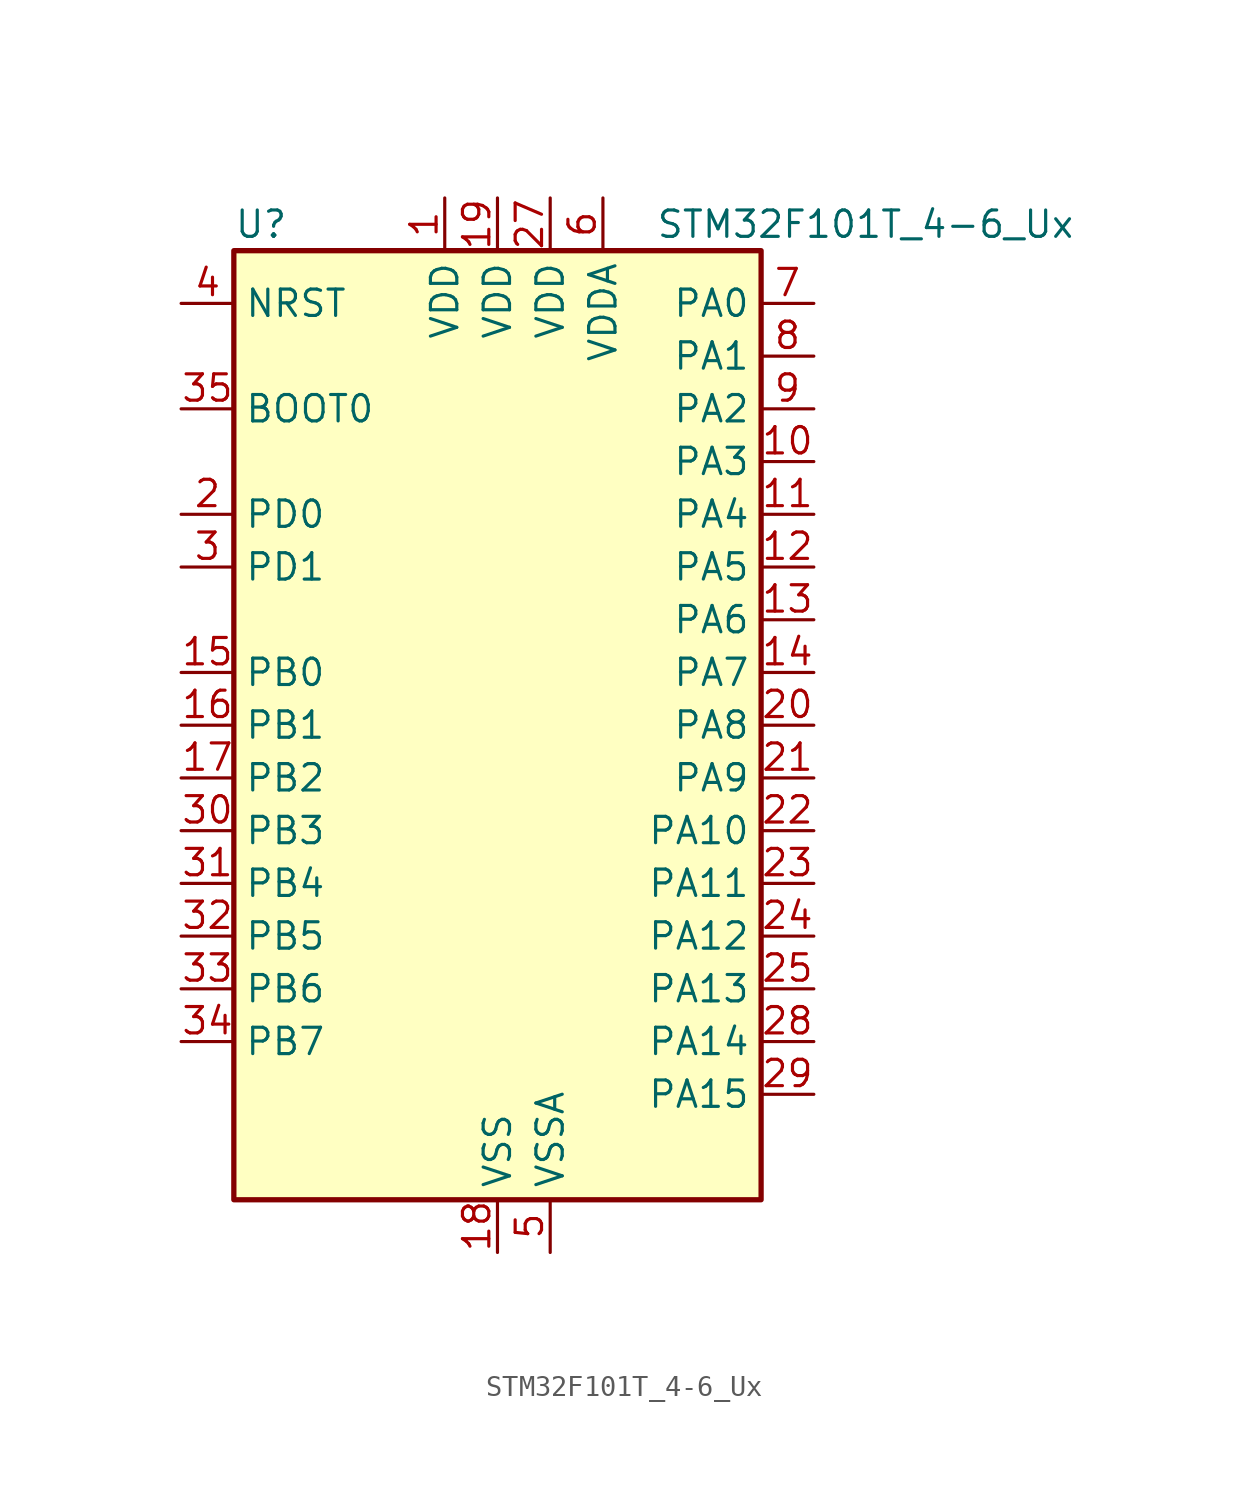
<source format=kicad_sym>
(kicad_symbol_lib
  (version 20220914)
  (generator kicad_symbol_editor)
  (symbol "STM32F101T_4-6_Ux"
    (property "Reference" "U"
      (at -12.7 24.13 0)
      (effects (font (size 1.27 1.27)) (justify left)))
    (property "Value" "STM32F101T_4-6_Ux"
      (at 7.62 24.13 0)
      (effects (font (size 1.27 1.27)) (justify left)))
    (property "ki_locked" ""
      (at 0 0 0)
      (effects (font (size 1.27 1.27))))
    (symbol "STM32F101T_4-6_Ux_0_1"
      (rectangle (start -12.7 -22.86) (end 12.7 22.86) (stroke (width 0.254) (type default)) (fill (type background))))
    (symbol "STM32F101T_4-6_Ux_1_1"
      (pin power_in line (at -2.54 25.4 270) (length 2.54) (name "VDD" (effects (font (size 1.27 1.27)))) (number "1" (effects (font (size 1.27 1.27)))))
      (pin bidirectional line (at 15.24 12.7 180) (length 2.54) (name "PA3" (effects (font (size 1.27 1.27)))) (number "10" (effects (font (size 1.27 1.27)))) (alternate "ADC1_IN3" bidirectional line) (alternate "TIM2_CH4" bidirectional line) (alternate "USART2_RX" bidirectional line))
      (pin bidirectional line (at 15.24 10.16 180) (length 2.54) (name "PA4" (effects (font (size 1.27 1.27)))) (number "11" (effects (font (size 1.27 1.27)))) (alternate "ADC1_IN4" bidirectional line) (alternate "SPI1_NSS" bidirectional line) (alternate "USART2_CK" bidirectional line))
      (pin bidirectional line (at 15.24 7.62 180) (length 2.54) (name "PA5" (effects (font (size 1.27 1.27)))) (number "12" (effects (font (size 1.27 1.27)))) (alternate "ADC1_IN5" bidirectional line) (alternate "SPI1_SCK" bidirectional line))
      (pin bidirectional line (at 15.24 5.08 180) (length 2.54) (name "PA6" (effects (font (size 1.27 1.27)))) (number "13" (effects (font (size 1.27 1.27)))) (alternate "ADC1_IN6" bidirectional line) (alternate "SPI1_MISO" bidirectional line) (alternate "TIM3_CH1" bidirectional line))
      (pin bidirectional line (at 15.24 2.54 180) (length 2.54) (name "PA7" (effects (font (size 1.27 1.27)))) (number "14" (effects (font (size 1.27 1.27)))) (alternate "ADC1_IN7" bidirectional line) (alternate "SPI1_MOSI" bidirectional line) (alternate "TIM3_CH2" bidirectional line))
      (pin bidirectional line (at -15.24 2.54 0) (length 2.54) (name "PB0" (effects (font (size 1.27 1.27)))) (number "15" (effects (font (size 1.27 1.27)))) (alternate "ADC1_IN8" bidirectional line) (alternate "TIM3_CH3" bidirectional line))
      (pin bidirectional line (at -15.24 0 0) (length 2.54) (name "PB1" (effects (font (size 1.27 1.27)))) (number "16" (effects (font (size 1.27 1.27)))) (alternate "ADC1_IN9" bidirectional line) (alternate "TIM3_CH4" bidirectional line))
      (pin bidirectional line (at -15.24 -2.54 0) (length 2.54) (name "PB2" (effects (font (size 1.27 1.27)))) (number "17" (effects (font (size 1.27 1.27)))))
      (pin power_in line (at 0 -25.4 90) (length 2.54) (name "VSS" (effects (font (size 1.27 1.27)))) (number "18" (effects (font (size 1.27 1.27)))))
      (pin power_in line (at 0 25.4 270) (length 2.54) (name "VDD" (effects (font (size 1.27 1.27)))) (number "19" (effects (font (size 1.27 1.27)))))
      (pin bidirectional line (at -15.24 10.16 0) (length 2.54) (name "PD0" (effects (font (size 1.27 1.27)))) (number "2" (effects (font (size 1.27 1.27)))) (alternate "RCC_OSC_IN" bidirectional line))
      (pin bidirectional line (at 15.24 0 180) (length 2.54) (name "PA8" (effects (font (size 1.27 1.27)))) (number "20" (effects (font (size 1.27 1.27)))) (alternate "RCC_MCO" bidirectional line) (alternate "USART1_CK" bidirectional line))
      (pin bidirectional line (at 15.24 -2.54 180) (length 2.54) (name "PA9" (effects (font (size 1.27 1.27)))) (number "21" (effects (font (size 1.27 1.27)))) (alternate "USART1_TX" bidirectional line))
      (pin bidirectional line (at 15.24 -5.08 180) (length 2.54) (name "PA10" (effects (font (size 1.27 1.27)))) (number "22" (effects (font (size 1.27 1.27)))) (alternate "USART1_RX" bidirectional line))
      (pin bidirectional line (at 15.24 -7.62 180) (length 2.54) (name "PA11" (effects (font (size 1.27 1.27)))) (number "23" (effects (font (size 1.27 1.27)))) (alternate "ADC1_EXTI11" bidirectional line) (alternate "USART1_CTS" bidirectional line))
      (pin bidirectional line (at 15.24 -10.16 180) (length 2.54) (name "PA12" (effects (font (size 1.27 1.27)))) (number "24" (effects (font (size 1.27 1.27)))) (alternate "USART1_RTS" bidirectional line))
      (pin bidirectional line (at 15.24 -12.7 180) (length 2.54) (name "PA13" (effects (font (size 1.27 1.27)))) (number "25" (effects (font (size 1.27 1.27)))) (alternate "SYS_JTMS-SWDIO" bidirectional line))
      (pin passive line (at 0 -25.4 90) (length 2.54) hide (name "VSS" (effects (font (size 1.27 1.27)))) (number "26" (effects (font (size 1.27 1.27)))))
      (pin power_in line (at 2.54 25.4 270) (length 2.54) (name "VDD" (effects (font (size 1.27 1.27)))) (number "27" (effects (font (size 1.27 1.27)))))
      (pin bidirectional line (at 15.24 -15.24 180) (length 2.54) (name "PA14" (effects (font (size 1.27 1.27)))) (number "28" (effects (font (size 1.27 1.27)))) (alternate "SYS_JTCK-SWCLK" bidirectional line))
      (pin bidirectional line (at 15.24 -17.78 180) (length 2.54) (name "PA15" (effects (font (size 1.27 1.27)))) (number "29" (effects (font (size 1.27 1.27)))) (alternate "ADC1_EXTI15" bidirectional line) (alternate "SPI1_NSS" bidirectional line) (alternate "SYS_JTDI" bidirectional line) (alternate "TIM2_CH1" bidirectional line) (alternate "TIM2_ETR" bidirectional line))
      (pin bidirectional line (at -15.24 7.62 0) (length 2.54) (name "PD1" (effects (font (size 1.27 1.27)))) (number "3" (effects (font (size 1.27 1.27)))) (alternate "RCC_OSC_OUT" bidirectional line))
      (pin bidirectional line (at -15.24 -5.08 0) (length 2.54) (name "PB3" (effects (font (size 1.27 1.27)))) (number "30" (effects (font (size 1.27 1.27)))) (alternate "SPI1_SCK" bidirectional line) (alternate "SYS_JTDO-TRACESWO" bidirectional line) (alternate "TIM2_CH2" bidirectional line))
      (pin bidirectional line (at -15.24 -7.62 0) (length 2.54) (name "PB4" (effects (font (size 1.27 1.27)))) (number "31" (effects (font (size 1.27 1.27)))) (alternate "SPI1_MISO" bidirectional line) (alternate "SYS_NJTRST" bidirectional line) (alternate "TIM3_CH1" bidirectional line))
      (pin bidirectional line (at -15.24 -10.16 0) (length 2.54) (name "PB5" (effects (font (size 1.27 1.27)))) (number "32" (effects (font (size 1.27 1.27)))) (alternate "I2C1_SMBA" bidirectional line) (alternate "SPI1_MOSI" bidirectional line) (alternate "TIM3_CH2" bidirectional line))
      (pin bidirectional line (at -15.24 -12.7 0) (length 2.54) (name "PB6" (effects (font (size 1.27 1.27)))) (number "33" (effects (font (size 1.27 1.27)))) (alternate "I2C1_SCL" bidirectional line) (alternate "USART1_TX" bidirectional line))
      (pin bidirectional line (at -15.24 -15.24 0) (length 2.54) (name "PB7" (effects (font (size 1.27 1.27)))) (number "34" (effects (font (size 1.27 1.27)))) (alternate "I2C1_SDA" bidirectional line) (alternate "USART1_RX" bidirectional line))
      (pin input line (at -15.24 15.24 0) (length 2.54) (name "BOOT0" (effects (font (size 1.27 1.27)))) (number "35" (effects (font (size 1.27 1.27)))))
      (pin passive line (at 0 -25.4 90) (length 2.54) hide (name "VSS" (effects (font (size 1.27 1.27)))) (number "36" (effects (font (size 1.27 1.27)))))
      (pin passive line (at 0 -25.4 90) (length 2.54) hide (name "VSS" (effects (font (size 1.27 1.27)))) (number "37" (effects (font (size 1.27 1.27)))))
      (pin input line (at -15.24 20.32 0) (length 2.54) (name "NRST" (effects (font (size 1.27 1.27)))) (number "4" (effects (font (size 1.27 1.27)))))
      (pin power_in line (at 2.54 -25.4 90) (length 2.54) (name "VSSA" (effects (font (size 1.27 1.27)))) (number "5" (effects (font (size 1.27 1.27)))))
      (pin power_in line (at 5.08 25.4 270) (length 2.54) (name "VDDA" (effects (font (size 1.27 1.27)))) (number "6" (effects (font (size 1.27 1.27)))))
      (pin bidirectional line (at 15.24 20.32 180) (length 2.54) (name "PA0" (effects (font (size 1.27 1.27)))) (number "7" (effects (font (size 1.27 1.27)))) (alternate "ADC1_IN0" bidirectional line) (alternate "SYS_WKUP" bidirectional line) (alternate "TIM2_CH1" bidirectional line) (alternate "TIM2_ETR" bidirectional line) (alternate "USART2_CTS" bidirectional line))
      (pin bidirectional line (at 15.24 17.78 180) (length 2.54) (name "PA1" (effects (font (size 1.27 1.27)))) (number "8" (effects (font (size 1.27 1.27)))) (alternate "ADC1_IN1" bidirectional line) (alternate "TIM2_CH2" bidirectional line) (alternate "USART2_RTS" bidirectional line))
      (pin bidirectional line (at 15.24 15.24 180) (length 2.54) (name "PA2" (effects (font (size 1.27 1.27)))) (number "9" (effects (font (size 1.27 1.27)))) (alternate "ADC1_IN2" bidirectional line) (alternate "TIM2_CH3" bidirectional line) (alternate "USART2_TX" bidirectional line)))))
</source>
